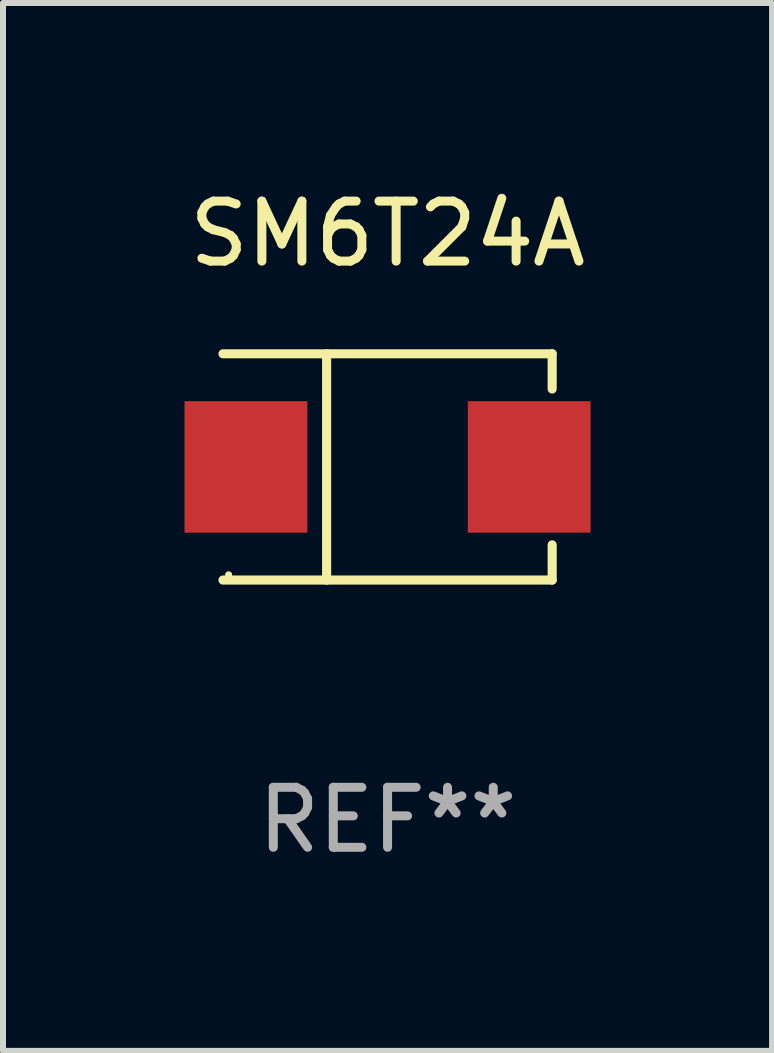
<source format=kicad_pcb>
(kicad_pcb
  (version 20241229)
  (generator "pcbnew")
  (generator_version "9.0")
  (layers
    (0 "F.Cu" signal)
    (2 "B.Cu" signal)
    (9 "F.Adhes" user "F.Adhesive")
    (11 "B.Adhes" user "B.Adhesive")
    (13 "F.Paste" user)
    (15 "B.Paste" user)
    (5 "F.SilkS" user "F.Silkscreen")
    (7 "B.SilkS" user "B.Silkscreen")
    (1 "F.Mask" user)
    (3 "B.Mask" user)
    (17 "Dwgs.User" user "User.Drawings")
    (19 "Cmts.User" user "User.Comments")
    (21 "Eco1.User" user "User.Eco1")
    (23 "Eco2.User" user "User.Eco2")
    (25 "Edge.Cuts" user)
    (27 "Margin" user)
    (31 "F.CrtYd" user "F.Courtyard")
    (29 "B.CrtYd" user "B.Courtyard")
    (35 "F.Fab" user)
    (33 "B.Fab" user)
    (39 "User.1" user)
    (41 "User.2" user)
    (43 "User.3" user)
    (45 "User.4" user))
  (footprint "SM6T24A"
    (layer "F.Cu")
    (at 3.411 4.734)
    (property "Reference" "SM6T24A" (at 0 -3.886 0) (layer "F.SilkS") (effects (font (size 1 1) (thickness 0.15))))
    (attr through_hole)
    (fp_line (start -2.744 -1.886) (end 2.744 -1.886) (stroke (width 0.152) (type solid)) (layer "F.SilkS"))
    (fp_line (start -2.744 1.886) (end 2.744 1.886) (stroke (width 0.152) (type solid)) (layer "F.SilkS"))
    (fp_line (start -1.016 -1.886) (end -1.016 1.886) (stroke (width 0.152) (type solid)) (layer "F.SilkS"))
    (fp_line (start 2.744 -1.886) (end 2.744 -1.299) (stroke (width 0.152) (type solid)) (layer "F.SilkS"))
    (fp_line (start 2.744 1.886) (end 2.744 1.299) (stroke (width 0.152) (type solid)) (layer "F.SilkS"))
    (fp_circle (center -2.65 1.8) (end -2.62 1.8) (stroke (width 0.06) (type solid)) (fill no) (layer "F.SilkS"))
    (fp_text user "REF**" (at 0 5.886 0) (layer "F.Fab") (effects (font (size 1 1) (thickness 0.15))))
    (pad "1" smd rect (at -2.361 0) (size 2.047 2.192) (layers "F.Cu" "F.Mask" "F.Paste"))
    (pad "2" smd rect (at 2.361 0) (size 2.047 2.192) (layers "F.Cu" "F.Mask" "F.Paste")))
  (gr_rect
    (start -3 -3)
    (end 9.821 14.469)
    (stroke (width 0.1) (type default))
    (fill no)
    (layer "Edge.Cuts")))
</source>
